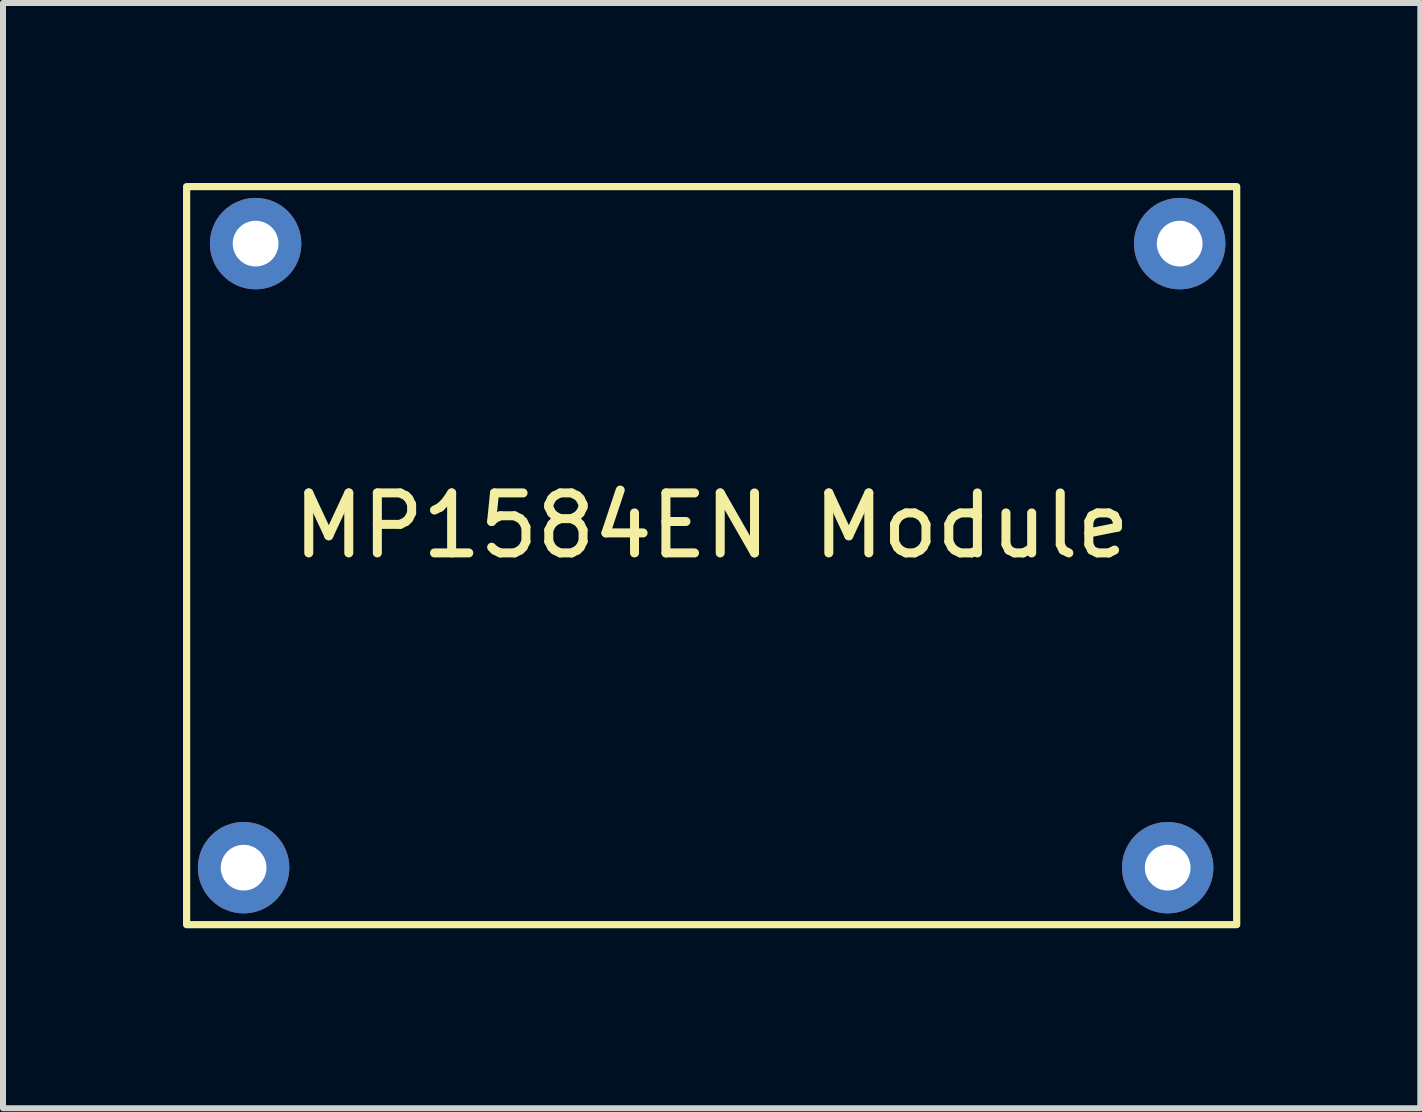
<source format=kicad_pcb>
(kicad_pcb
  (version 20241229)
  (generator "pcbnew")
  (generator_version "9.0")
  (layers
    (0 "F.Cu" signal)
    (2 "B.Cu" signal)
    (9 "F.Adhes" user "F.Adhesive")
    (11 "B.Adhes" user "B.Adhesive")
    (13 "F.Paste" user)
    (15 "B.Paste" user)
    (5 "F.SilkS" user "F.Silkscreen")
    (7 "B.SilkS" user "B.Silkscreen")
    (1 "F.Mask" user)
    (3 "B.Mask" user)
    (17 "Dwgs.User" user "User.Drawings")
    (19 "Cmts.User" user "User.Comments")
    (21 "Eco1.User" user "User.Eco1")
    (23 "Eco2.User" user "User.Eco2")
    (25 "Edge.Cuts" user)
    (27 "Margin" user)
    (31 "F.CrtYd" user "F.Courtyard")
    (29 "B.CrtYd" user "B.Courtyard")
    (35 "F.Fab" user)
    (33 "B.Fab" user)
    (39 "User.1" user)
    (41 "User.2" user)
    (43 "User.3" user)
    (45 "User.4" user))
  (footprint "MP1584EN Module"
    (layer "F.Cu")
    (at 8.81 6.21)
    (property "Reference" "MP1584EN Module" (at 0 -0.5 0) (unlocked yes) (layer "F.SilkS") (effects (font (size 1 1) (thickness 0.15))))
    (attr through_hole)
    (fp_rect (start -8.75 -6.15) (end 8.75 6.15) (stroke (width 0.12) (type solid)) (fill no) (layer "F.SilkS"))
    (pad "1" thru_hole circle (at -7.6 -5.2) (size 1.524 1.524) (drill 0.762) (layers "*.Cu" "*.Mask"))
    (pad "2" thru_hole circle (at -7.8 5.2) (size 1.524 1.524) (drill 0.762) (layers "*.Cu" "*.Mask"))
    (pad "3" thru_hole circle (at 7.6 5.2) (size 1.524 1.524) (drill 0.762) (layers "*.Cu" "*.Mask"))
    (pad "4" thru_hole circle (at 7.8 -5.2) (size 1.524 1.524) (drill 0.762) (layers "*.Cu" "*.Mask")))
  (gr_rect
    (start -3 -3)
    (end 20.62 15.42)
    (stroke (width 0.1) (type default))
    (fill no)
    (layer "Edge.Cuts")))
</source>
